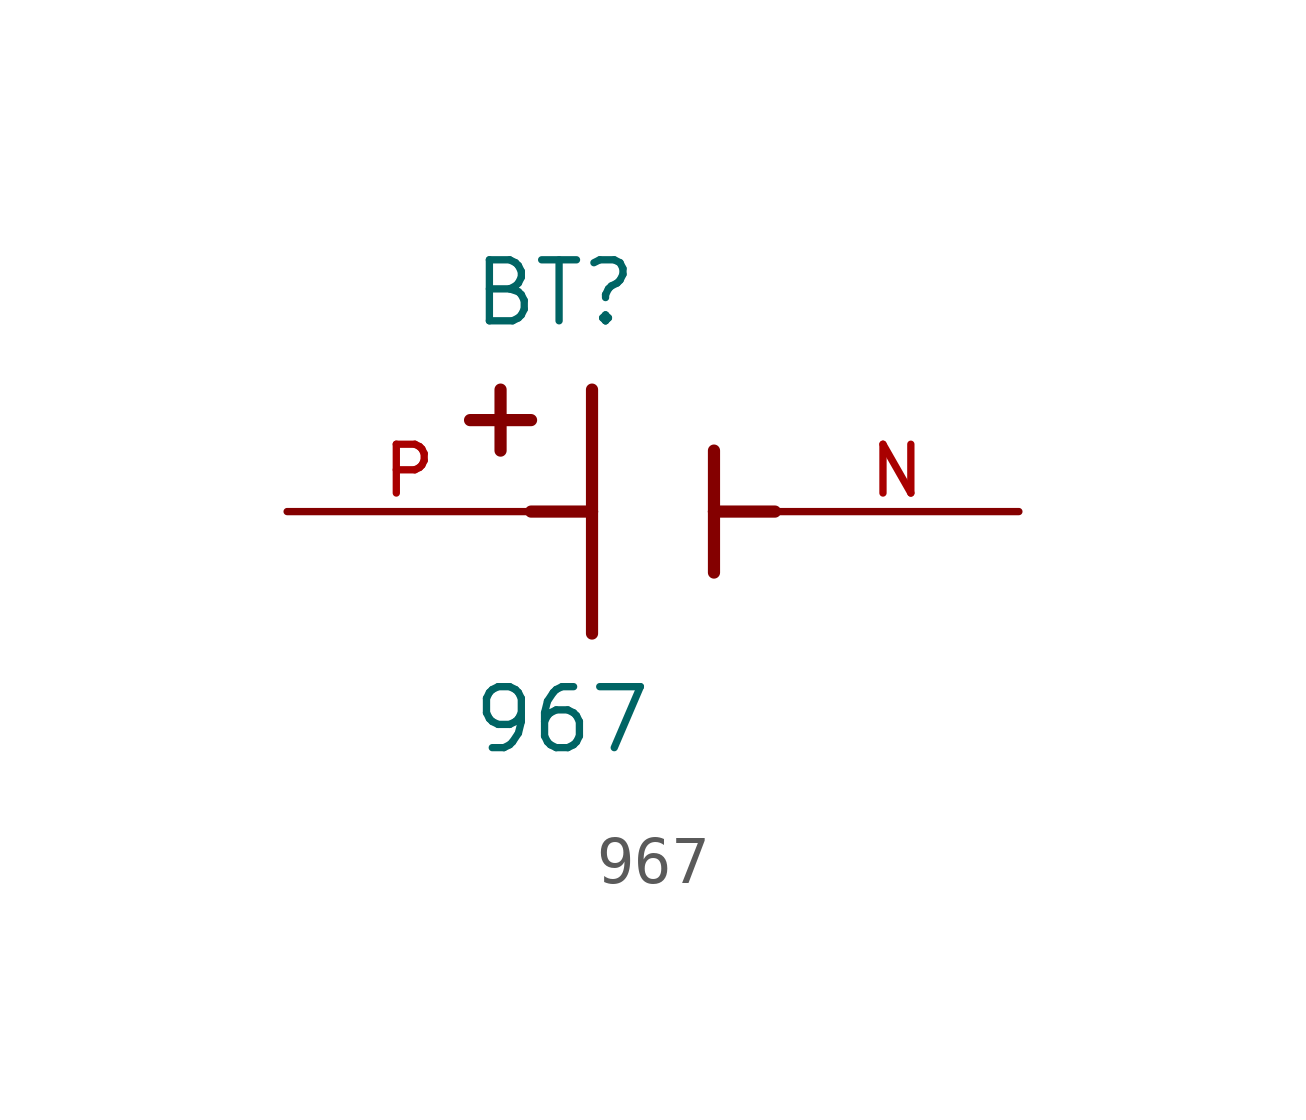
<source format=kicad_sym>
(kicad_symbol_lib
  (version 20211014)
  (generator kicad_symbol_editor)
  (symbol "967"
    (pin_names
      (offset 1.016))
    (property "Reference" "BT"
      (at -3.81 3.81 0)
      (effects (font (size 1.27 1.27)) (justify bottom left)))
    (property "Value" "967"
      (at -3.81 -5.08 0)
      (effects (font (size 1.27 1.27)) (justify bottom left)))
    (symbol "967_0_0"
      (polyline (pts (xy -1.27 2.54) (xy -1.27 0.0)) (stroke (width 0.254)))
      (polyline (pts (xy -1.27 0.0) (xy -1.27 -2.54)) (stroke (width 0.254)))
      (polyline (pts (xy 1.27 1.27) (xy 1.27 0.0)) (stroke (width 0.254)))
      (polyline (pts (xy 1.27 0.0) (xy 1.27 -1.27)) (stroke (width 0.254)))
      (polyline (pts (xy -1.27 0.0) (xy -2.54 0.0)) (stroke (width 0.254)))
      (polyline (pts (xy 1.27 0.0) (xy 2.54 0.0)) (stroke (width 0.254)))
      (polyline (pts (xy -3.175 2.54) (xy -3.175 1.27)) (stroke (width 0.254)))
      (polyline (pts (xy -3.81 1.905) (xy -2.54 1.905)) (stroke (width 0.254)))
      (pin passive line (at -7.62 0.0 0) (length 5.08) (name "~" (effects (font (size 1.016 1.016)))) (number "P" (effects (font (size 1.016 1.016)))))
      (pin passive line (at 7.62 0.0 180.0) (length 5.08) (name "~" (effects (font (size 1.016 1.016)))) (number "N" (effects (font (size 1.016 1.016))))))))
</source>
